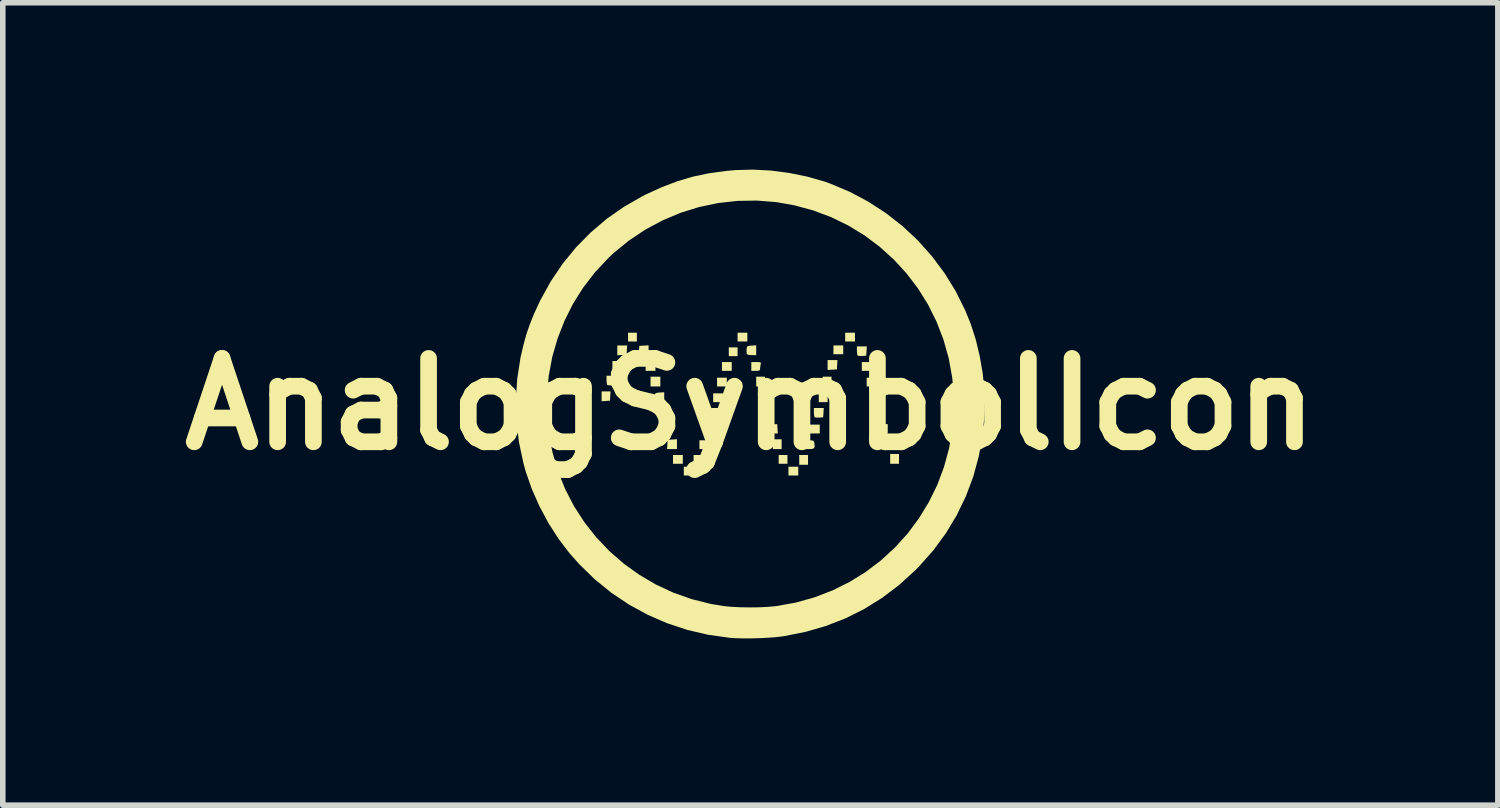
<source format=kicad_pcb>
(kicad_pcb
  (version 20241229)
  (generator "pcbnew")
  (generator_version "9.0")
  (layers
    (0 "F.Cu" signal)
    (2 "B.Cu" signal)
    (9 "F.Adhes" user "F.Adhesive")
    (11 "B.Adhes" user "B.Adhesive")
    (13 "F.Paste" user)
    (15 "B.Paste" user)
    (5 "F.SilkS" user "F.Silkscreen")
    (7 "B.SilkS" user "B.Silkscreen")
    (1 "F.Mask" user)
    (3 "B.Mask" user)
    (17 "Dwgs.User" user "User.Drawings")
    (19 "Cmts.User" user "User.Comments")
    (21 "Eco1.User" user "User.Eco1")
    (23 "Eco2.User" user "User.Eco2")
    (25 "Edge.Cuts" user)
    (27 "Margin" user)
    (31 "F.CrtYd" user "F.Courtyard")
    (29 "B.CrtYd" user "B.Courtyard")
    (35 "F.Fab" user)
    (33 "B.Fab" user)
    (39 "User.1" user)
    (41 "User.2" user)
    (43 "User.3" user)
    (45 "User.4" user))
  (footprint "AnalogSymbolIcon"
    (layer "F.Cu")
    (at 10.443 4.217)
    (property "Reference" "AnalogSymbolIcon" (at 0 0 0) (layer "F.SilkS") (effects (font (size 1.5 1.5) (thickness 0.3))))
    (attr board_only exclude_from_pos_files exclude_from_bom)
    (fp_poly (pts (xy -2.519 -0.145) (xy -2.524 -0.062) (xy -2.599 -0.056) (xy -2.674 -0.051) (xy -2.674 -0.14) (xy -2.674 -0.229) (xy -2.594 -0.229) (xy -2.513 -0.229)) (stroke (width 0) (type solid)) (fill yes) (layer "F.SilkS"))
    (fp_poly (pts (xy -2.322 -0.695) (xy -2.322 -0.616) (xy -2.401 -0.616) (xy -2.48 -0.616) (xy -2.48 -0.695) (xy -2.48 -0.774) (xy -2.401 -0.774) (xy -2.322 -0.774)) (stroke (width 0) (type solid)) (fill yes) (layer "F.SilkS"))
    (fp_poly (pts (xy -2.22 -0.972) (xy -2.225 -0.888) (xy -2.309 -0.883) (xy -2.392 -0.878) (xy -2.392 -0.966) (xy -2.392 -1.055) (xy -2.303 -1.055) (xy -2.214 -1.055)) (stroke (width 0) (type solid)) (fill yes) (layer "F.SilkS"))
    (fp_poly (pts (xy -2.04 -1.205) (xy -2.04 -1.126) (xy -2.12 -1.126) (xy -2.199 -1.126) (xy -2.199 -1.205) (xy -2.199 -1.284) (xy -2.12 -1.284) (xy -2.04 -1.284)) (stroke (width 0) (type solid)) (fill yes) (layer "F.SilkS"))
    (fp_poly (pts (xy -1.829 -0.968) (xy -1.829 -0.88) (xy -1.918 -0.88) (xy -2.007 -0.88) (xy -2.002 -0.963) (xy -1.996 -1.047) (xy -1.913 -1.052) (xy -1.829 -1.057)) (stroke (width 0) (type solid)) (fill yes) (layer "F.SilkS"))
    (fp_poly (pts (xy -1.706 -0.677) (xy -1.706 -0.598) (xy -1.794 -0.598) (xy -1.882 -0.598) (xy -1.882 -0.677) (xy -1.882 -0.756) (xy -1.794 -0.756) (xy -1.706 -0.756)) (stroke (width 0) (type solid)) (fill yes) (layer "F.SilkS"))
    (fp_poly (pts (xy -1.618 -0.405) (xy -1.618 -0.317) (xy -1.706 -0.317) (xy -1.794 -0.317) (xy -1.794 -0.405) (xy -1.794 -0.493) (xy -1.706 -0.493) (xy -1.618 -0.493)) (stroke (width 0) (type solid)) (fill yes) (layer "F.SilkS"))
    (fp_poly (pts (xy -1.57 0.074) (xy -1.486 0.079) (xy -1.481 0.163) (xy -1.476 0.246) (xy -1.565 0.246) (xy -1.653 0.246) (xy -1.653 0.157) (xy -1.653 0.068)) (stroke (width 0) (type solid)) (fill yes) (layer "F.SilkS"))
    (fp_poly (pts (xy -1.407 0.44) (xy -1.407 0.528) (xy -1.486 0.528) (xy -1.566 0.528) (xy -1.566 0.44) (xy -1.566 0.352) (xy -1.486 0.352) (xy -1.407 0.352)) (stroke (width 0) (type solid)) (fill yes) (layer "F.SilkS"))
    (fp_poly (pts (xy -1.319 0.72) (xy -1.319 0.809) (xy -1.408 0.809) (xy -1.497 0.809) (xy -1.492 0.726) (xy -1.486 0.642) (xy -1.403 0.637) (xy -1.319 0.631)) (stroke (width 0) (type solid)) (fill yes) (layer "F.SilkS"))
    (fp_poly (pts (xy -1.214 0.994) (xy -1.214 1.073) (xy -1.302 1.073) (xy -1.39 1.073) (xy -1.39 0.994) (xy -1.39 0.915) (xy -1.302 0.915) (xy -1.214 0.915)) (stroke (width 0) (type solid)) (fill yes) (layer "F.SilkS"))
    (fp_poly (pts (xy -1.038 1.205) (xy -1.038 1.284) (xy -1.117 1.284) (xy -1.196 1.284) (xy -1.196 1.205) (xy -1.196 1.126) (xy -1.117 1.126) (xy -1.038 1.126)) (stroke (width 0) (type solid)) (fill yes) (layer "F.SilkS"))
    (fp_poly (pts (xy -0.739 0.73) (xy -0.739 0.809) (xy -0.827 0.809) (xy -0.915 0.809) (xy -0.915 0.73) (xy -0.915 0.651) (xy -0.827 0.651) (xy -0.739 0.651)) (stroke (width 0) (type solid)) (fill yes) (layer "F.SilkS"))
    (fp_poly (pts (xy -0.493 -0.114) (xy -0.493 -0.035) (xy -0.58 -0.035) (xy -0.668 -0.035) (xy -0.668 -0.114) (xy -0.668 -0.193) (xy -0.58 -0.193) (xy -0.493 -0.193)) (stroke (width 0) (type solid)) (fill yes) (layer "F.SilkS"))
    (fp_poly (pts (xy -0.422 -0.396) (xy -0.422 -0.317) (xy -0.51 -0.317) (xy -0.598 -0.317) (xy -0.598 -0.396) (xy -0.598 -0.475) (xy -0.51 -0.475) (xy -0.422 -0.475)) (stroke (width 0) (type solid)) (fill yes) (layer "F.SilkS"))
    (fp_poly (pts (xy -0.334 -0.677) (xy -0.334 -0.598) (xy -0.422 -0.598) (xy -0.51 -0.598) (xy -0.51 -0.677) (xy -0.51 -0.756) (xy -0.422 -0.756) (xy -0.334 -0.756)) (stroke (width 0) (type solid)) (fill yes) (layer "F.SilkS"))
    (fp_poly (pts (xy -0.229 -0.941) (xy -0.229 -0.862) (xy -0.308 -0.862) (xy -0.387 -0.862) (xy -0.387 -0.941) (xy -0.387 -1.02) (xy -0.308 -1.02) (xy -0.229 -1.02)) (stroke (width 0) (type solid)) (fill yes) (layer "F.SilkS"))
    (fp_poly (pts (xy -0.053 -1.205) (xy -0.053 -1.126) (xy -0.141 -1.126) (xy -0.229 -1.126) (xy -0.229 -1.205) (xy -0.229 -1.284) (xy -0.141 -1.284) (xy -0.053 -1.284)) (stroke (width 0) (type solid)) (fill yes) (layer "F.SilkS"))
    (fp_poly (pts (xy 0.259 -0.208) (xy 0.343 -0.202) (xy 0.348 -0.119) (xy 0.354 -0.035) (xy 0.265 -0.035) (xy 0.176 -0.035) (xy 0.176 -0.124) (xy 0.176 -0.213)) (stroke (width 0) (type solid)) (fill yes) (layer "F.SilkS"))
    (fp_poly (pts (xy 0.264 -0.405) (xy 0.264 -0.317) (xy 0.185 -0.317) (xy 0.106 -0.317) (xy 0.106 -0.405) (xy 0.106 -0.493) (xy 0.185 -0.493) (xy 0.264 -0.493)) (stroke (width 0) (type solid)) (fill yes) (layer "F.SilkS"))
    (fp_poly (pts (xy 0.405 0.158) (xy 0.405 0.246) (xy 0.325 0.246) (xy 0.246 0.246) (xy 0.246 0.158) (xy 0.246 0.07) (xy 0.325 0.07) (xy 0.405 0.07)) (stroke (width 0) (type solid)) (fill yes) (layer "F.SilkS"))
    (fp_poly (pts (xy 0.489 0.444) (xy 0.494 0.528) (xy 0.405 0.528) (xy 0.315 0.528) (xy 0.32 0.444) (xy 0.325 0.361) (xy 0.405 0.361) (xy 0.484 0.361)) (stroke (width 0) (type solid)) (fill yes) (layer "F.SilkS"))
    (fp_poly (pts (xy 0.563 0.721) (xy 0.563 0.809) (xy 0.484 0.809) (xy 0.405 0.809) (xy 0.405 0.721) (xy 0.405 0.633) (xy 0.484 0.633) (xy 0.563 0.633)) (stroke (width 0) (type solid)) (fill yes) (layer "F.SilkS"))
    (fp_poly (pts (xy 0.668 0.994) (xy 0.668 1.073) (xy 0.589 1.073) (xy 0.51 1.073) (xy 0.51 0.994) (xy 0.51 0.915) (xy 0.589 0.915) (xy 0.668 0.915)) (stroke (width 0) (type solid)) (fill yes) (layer "F.SilkS"))
    (fp_poly (pts (xy 0.862 1.205) (xy 0.862 1.284) (xy 0.774 1.284) (xy 0.686 1.284) (xy 0.686 1.205) (xy 0.686 1.126) (xy 0.774 1.126) (xy 0.862 1.126)) (stroke (width 0) (type solid)) (fill yes) (layer "F.SilkS"))
    (fp_poly (pts (xy 1.038 1.003) (xy 1.038 1.091) (xy 0.959 1.091) (xy 0.88 1.091) (xy 0.88 1.003) (xy 0.88 0.915) (xy 0.959 0.915) (xy 1.038 0.915)) (stroke (width 0) (type solid)) (fill yes) (layer "F.SilkS"))
    (fp_poly (pts (xy 1.249 0.449) (xy 1.249 0.528) (xy 1.161 0.528) (xy 1.073 0.528) (xy 1.073 0.449) (xy 1.073 0.369) (xy 1.161 0.369) (xy 1.249 0.369)) (stroke (width 0) (type solid)) (fill yes) (layer "F.SilkS"))
    (fp_poly (pts (xy 1.39 -0.114) (xy 1.39 -0.035) (xy 1.31 -0.035) (xy 1.231 -0.035) (xy 1.231 -0.114) (xy 1.231 -0.193) (xy 1.31 -0.193) (xy 1.39 -0.193)) (stroke (width 0) (type solid)) (fill yes) (layer "F.SilkS"))
    (fp_poly (pts (xy 1.46 -0.413) (xy 1.46 -0.334) (xy 1.381 -0.334) (xy 1.302 -0.334) (xy 1.302 -0.413) (xy 1.302 -0.493) (xy 1.381 -0.493) (xy 1.46 -0.493)) (stroke (width 0) (type solid)) (fill yes) (layer "F.SilkS"))
    (fp_poly (pts (xy 1.562 -0.708) (xy 1.557 -0.624) (xy 1.473 -0.619) (xy 1.39 -0.614) (xy 1.39 -0.703) (xy 1.39 -0.792) (xy 1.479 -0.792) (xy 1.567 -0.792)) (stroke (width 0) (type solid)) (fill yes) (layer "F.SilkS"))
    (fp_poly (pts (xy 1.671 -0.976) (xy 1.671 -0.897) (xy 1.583 -0.897) (xy 1.495 -0.897) (xy 1.495 -0.976) (xy 1.495 -1.055) (xy 1.583 -1.055) (xy 1.671 -1.055)) (stroke (width 0) (type solid)) (fill yes) (layer "F.SilkS"))
    (fp_poly (pts (xy 1.882 -1.205) (xy 1.882 -1.126) (xy 1.794 -1.126) (xy 1.706 -1.126) (xy 1.706 -1.205) (xy 1.706 -1.284) (xy 1.794 -1.284) (xy 1.882 -1.284)) (stroke (width 0) (type solid)) (fill yes) (layer "F.SilkS"))
    (fp_poly (pts (xy 2.181 -0.677) (xy 2.181 -0.598) (xy 2.093 -0.598) (xy 2.005 -0.598) (xy 2.005 -0.677) (xy 2.005 -0.756) (xy 2.093 -0.756) (xy 2.181 -0.756)) (stroke (width 0) (type solid)) (fill yes) (layer "F.SilkS"))
    (fp_poly (pts (xy 2.388 0.355) (xy 2.471 0.361) (xy 2.471 0.44) (xy 2.471 0.519) (xy 2.388 0.524) (xy 2.304 0.53) (xy 2.304 0.44) (xy 2.304 0.35)) (stroke (width 0) (type solid)) (fill yes) (layer "F.SilkS"))
    (fp_poly (pts (xy 2.551 0.721) (xy 2.551 0.809) (xy 2.471 0.809) (xy 2.392 0.809) (xy 2.392 0.721) (xy 2.392 0.633) (xy 2.471 0.633) (xy 2.551 0.633)) (stroke (width 0) (type solid)) (fill yes) (layer "F.SilkS"))
    (fp_poly (pts (xy 2.674 0.985) (xy 2.674 1.073) (xy 2.595 1.073) (xy 2.515 1.073) (xy 2.515 0.985) (xy 2.515 0.897) (xy 2.595 0.897) (xy 2.674 0.897)) (stroke (width 0) (type solid)) (fill yes) (layer "F.SilkS"))
    (fp_poly (pts (xy -2.413 -0.427) (xy -2.419 -0.343) (xy -2.49 -0.338) (xy -2.537 -0.337) (xy -2.569 -0.343) (xy -2.573 -0.345) (xy -2.581 -0.369) (xy -2.585 -0.414) (xy -2.586 -0.434) (xy -2.586 -0.51) (xy -2.497 -0.51) (xy -2.408 -0.51)) (stroke (width 0) (type solid)) (fill yes) (layer "F.SilkS"))
    (fp_poly (pts (xy -0.848 0.998) (xy -0.853 1.082) (xy -0.924 1.087) (xy -0.972 1.087) (xy -1.004 1.082) (xy -1.008 1.08) (xy -1.015 1.056) (xy -1.02 1.01) (xy -1.02 0.991) (xy -1.02 0.915) (xy -0.931 0.915) (xy -0.842 0.915)) (stroke (width 0) (type solid)) (fill yes) (layer "F.SilkS"))
    (fp_poly (pts (xy -0.651 0.446) (xy -0.654 0.497) (xy -0.666 0.522) (xy -0.69 0.534) (xy -0.767 0.543) (xy -0.805 0.534) (xy -0.819 0.511) (xy -0.826 0.464) (xy -0.827 0.447) (xy -0.827 0.369) (xy -0.739 0.369) (xy -0.651 0.369)) (stroke (width 0) (type solid)) (fill yes) (layer "F.SilkS"))
    (fp_poly (pts (xy 1.112 0.653) (xy 1.137 0.663) (xy 1.149 0.69) (xy 1.153 0.711) (xy 1.158 0.765) (xy 1.144 0.795) (xy 1.105 0.807) (xy 1.063 0.809) (xy 0.985 0.809) (xy 0.985 0.73) (xy 0.985 0.651) (xy 1.063 0.651)) (stroke (width 0) (type solid)) (fill yes) (layer "F.SilkS"))
    (fp_poly (pts (xy 1.316 0.154) (xy 1.31 0.237) (xy 1.239 0.243) (xy 1.192 0.243) (xy 1.16 0.238) (xy 1.156 0.235) (xy 1.148 0.211) (xy 1.144 0.166) (xy 1.143 0.147) (xy 1.143 0.07) (xy 1.232 0.07) (xy 1.321 0.07)) (stroke (width 0) (type solid)) (fill yes) (layer "F.SilkS"))
    (fp_poly (pts (xy 2.09 -0.954) (xy 2.084 -0.871) (xy 2.013 -0.865) (xy 1.966 -0.865) (xy 1.934 -0.87) (xy 1.93 -0.873) (xy 1.922 -0.897) (xy 1.918 -0.942) (xy 1.917 -0.962) (xy 1.917 -1.038) (xy 2.006 -1.038) (xy 2.095 -1.038)) (stroke (width 0) (type solid)) (fill yes) (layer "F.SilkS"))
    (fp_poly (pts (xy 2.219 -0.473) (xy 2.243 -0.462) (xy 2.255 -0.435) (xy 2.259 -0.413) (xy 2.265 -0.36) (xy 2.252 -0.331) (xy 2.215 -0.318) (xy 2.171 -0.317) (xy 2.093 -0.317) (xy 2.093 -0.396) (xy 2.093 -0.475) (xy 2.17 -0.475)) (stroke (width 0) (type solid)) (fill yes) (layer "F.SilkS"))
    (fp_poly (pts (xy 2.322 -0.123) (xy 2.322 -0.035) (xy 2.254 -0.035) (xy 2.208 -0.038) (xy 2.178 -0.045) (xy 2.175 -0.047) (xy 2.168 -0.07) (xy 2.164 -0.115) (xy 2.164 -0.135) (xy 2.164 -0.211) (xy 2.243 -0.211) (xy 2.322 -0.211)) (stroke (width 0) (type solid)) (fill yes) (layer "F.SilkS"))
    (fp_poly (pts (xy 2.392 0.15) (xy 2.392 0.229) (xy 2.316 0.229) (xy 2.267 0.226) (xy 2.234 0.22) (xy 2.228 0.217) (xy 2.22 0.193) (xy 2.217 0.149) (xy 2.216 0.138) (xy 2.216 0.07) (xy 2.304 0.07) (xy 2.392 0.07)) (stroke (width 0) (type solid)) (fill yes) (layer "F.SilkS"))
    (fp_poly (pts (xy -1.548 -0.124) (xy -1.548 -0.035) (xy -1.628 -0.035) (xy -1.687 -0.041) (xy -1.716 -0.058) (xy -1.717 -0.06) (xy -1.722 -0.094) (xy -1.721 -0.142) (xy -1.721 -0.143) (xy -1.715 -0.179) (xy -1.701 -0.197) (xy -1.667 -0.205) (xy -1.631 -0.208) (xy -1.548 -0.213)) (stroke (width 0) (type solid)) (fill yes) (layer "F.SilkS"))
    (fp_poly (pts (xy -0.58 0.158) (xy -0.58 0.246) (xy -0.659 0.246) (xy -0.708 0.242) (xy -0.742 0.233) (xy -0.748 0.228) (xy -0.752 0.2) (xy -0.75 0.154) (xy -0.747 0.14) (xy -0.738 0.097) (xy -0.723 0.077) (xy -0.69 0.071) (xy -0.658 0.07) (xy -0.58 0.07)) (stroke (width 0) (type solid)) (fill yes) (layer "F.SilkS"))
    (fp_poly (pts (xy 0.106 -0.968) (xy 0.106 -0.88) (xy 0.026 -0.88) (xy -0.034 -0.885) (xy -0.062 -0.902) (xy -0.063 -0.904) (xy -0.068 -0.938) (xy -0.067 -0.986) (xy -0.067 -0.988) (xy -0.062 -1.023) (xy -0.047 -1.042) (xy -0.014 -1.049) (xy 0.022 -1.052) (xy 0.106 -1.057)) (stroke (width 0) (type solid)) (fill yes) (layer "F.SilkS"))
    (fp_poly (pts (xy 0.16 -0.755) (xy 0.185 -0.749) (xy 0.191 -0.734) (xy 0.187 -0.717) (xy 0.178 -0.666) (xy 0.176 -0.638) (xy 0.172 -0.613) (xy 0.153 -0.601) (xy 0.111 -0.598) (xy 0.097 -0.598) (xy 0.018 -0.598) (xy 0.018 -0.677) (xy 0.018 -0.756) (xy 0.108 -0.756)) (stroke (width 0) (type solid)) (fill yes) (layer "F.SilkS"))
    (fp_poly (pts (xy 0.37 -4.2) (xy 0.7 -4.157) (xy 1.023 -4.091) (xy 1.332 -4.003) (xy 1.436 -3.966) (xy 1.79 -3.817) (xy 2.126 -3.638) (xy 2.444 -3.431) (xy 2.741 -3.198) (xy 3.017 -2.939) (xy 3.268 -2.657) (xy 3.494 -2.354) (xy 3.693 -2.031) (xy 3.863 -1.69) (xy 3.965 -1.44) (xy 4.055 -1.158) (xy 4.127 -0.857) (xy 4.18 -0.547) (xy 4.21 -0.239) (xy 4.217 0.059) (xy 4.214 0.158) (xy 4.179 0.552) (xy 4.11 0.934) (xy 4.01 1.302) (xy 3.877 1.657) (xy 3.713 1.997) (xy 3.518 2.321) (xy 3.292 2.629) (xy 3.035 2.919) (xy 2.961 2.994) (xy 2.673 3.255) (xy 2.37 3.485) (xy 2.05 3.684) (xy 1.714 3.852) (xy 1.36 3.99) (xy 0.989 4.097) (xy 0.6 4.174) (xy 0.572 4.178) (xy 0.461 4.191) (xy 0.326 4.201) (xy 0.177 4.209) (xy 0.022 4.213) (xy -0.127 4.213) (xy -0.261 4.21) (xy -0.367 4.203) (xy -0.755 4.149) (xy -1.132 4.061) (xy -1.496 3.941) (xy -1.845 3.789) (xy -2.179 3.607) (xy -2.496 3.395) (xy -2.795 3.153) (xy -3.073 2.882) (xy -3.251 2.682) (xy -3.448 2.424) (xy -3.63 2.14) (xy -3.791 1.839) (xy -3.929 1.528) (xy -4.038 1.216) (xy -4.079 1.068) (xy -4.16 0.686) (xy -4.206 0.306) (xy -4.217 -0.073) (xy -4.211 -0.165) (xy -3.657 -0.165) (xy -3.656 0.181) (xy -3.623 0.528) (xy -3.556 0.873) (xy -3.462 1.196) (xy -3.332 1.523) (xy -3.172 1.833) (xy -2.984 2.124) (xy -2.771 2.395) (xy -2.534 2.644) (xy -2.275 2.87) (xy -1.995 3.07) (xy -1.698 3.245) (xy -1.384 3.391) (xy -1.055 3.507) (xy -0.714 3.593) (xy -0.484 3.631) (xy -0.347 3.645) (xy -0.188 3.653) (xy -0.015 3.656) (xy 0.158 3.654) (xy 0.32 3.646) (xy 0.461 3.633) (xy 0.47 3.632) (xy 0.82 3.569) (xy 1.158 3.474) (xy 1.482 3.349) (xy 1.789 3.196) (xy 2.079 3.016) (xy 2.35 2.81) (xy 2.6 2.58) (xy 2.828 2.329) (xy 3.031 2.056) (xy 3.209 1.765) (xy 3.361 1.456) (xy 3.483 1.131) (xy 3.575 0.792) (xy 3.632 0.47) (xy 3.648 0.296) (xy 3.657 0.101) (xy 3.657 -0.1) (xy 3.648 -0.294) (xy 3.632 -0.468) (xy 3.632 -0.47) (xy 3.569 -0.82) (xy 3.474 -1.158) (xy 3.349 -1.482) (xy 3.196 -1.79) (xy 3.016 -2.079) (xy 2.81 -2.35) (xy 2.58 -2.6) (xy 2.328 -2.828) (xy 2.056 -3.032) (xy 1.765 -3.21) (xy 1.456 -3.361) (xy 1.131 -3.483) (xy 0.792 -3.575) (xy 0.47 -3.632) (xy 0.117 -3.66) (xy -0.235 -3.654) (xy -0.583 -3.615) (xy -0.924 -3.543) (xy -1.257 -3.439) (xy -1.579 -3.303) (xy -1.888 -3.138) (xy -2.18 -2.943) (xy -2.455 -2.719) (xy -2.548 -2.632) (xy -2.79 -2.374) (xy -3.003 -2.098) (xy -3.188 -1.805) (xy -3.342 -1.497) (xy -3.467 -1.176) (xy -3.562 -0.846) (xy -3.625 -0.508) (xy -3.657 -0.165) (xy -4.211 -0.165) (xy -4.192 -0.453) (xy -4.133 -0.834) (xy -4.079 -1.068) (xy -4.027 -1.256) (xy -3.965 -1.436) (xy -3.892 -1.618) (xy -3.801 -1.815) (xy -3.773 -1.873) (xy -3.587 -2.21) (xy -3.374 -2.525) (xy -3.135 -2.818) (xy -2.87 -3.087) (xy -2.582 -3.332) (xy -2.271 -3.549) (xy -1.94 -3.739) (xy -1.873 -3.773) (xy -1.587 -3.903) (xy -1.31 -4.008) (xy -1.034 -4.09) (xy -0.748 -4.15) (xy -0.444 -4.192) (xy -0.268 -4.208) (xy 0.045 -4.217)) (stroke (width 0) (type solid)) (fill yes) (layer "F.SilkS")))
  (gr_rect
    (start -3 -3)
    (end 23.886 11.43)
    (stroke (width 0.1) (type default))
    (fill no)
    (layer "Edge.Cuts")))
</source>
